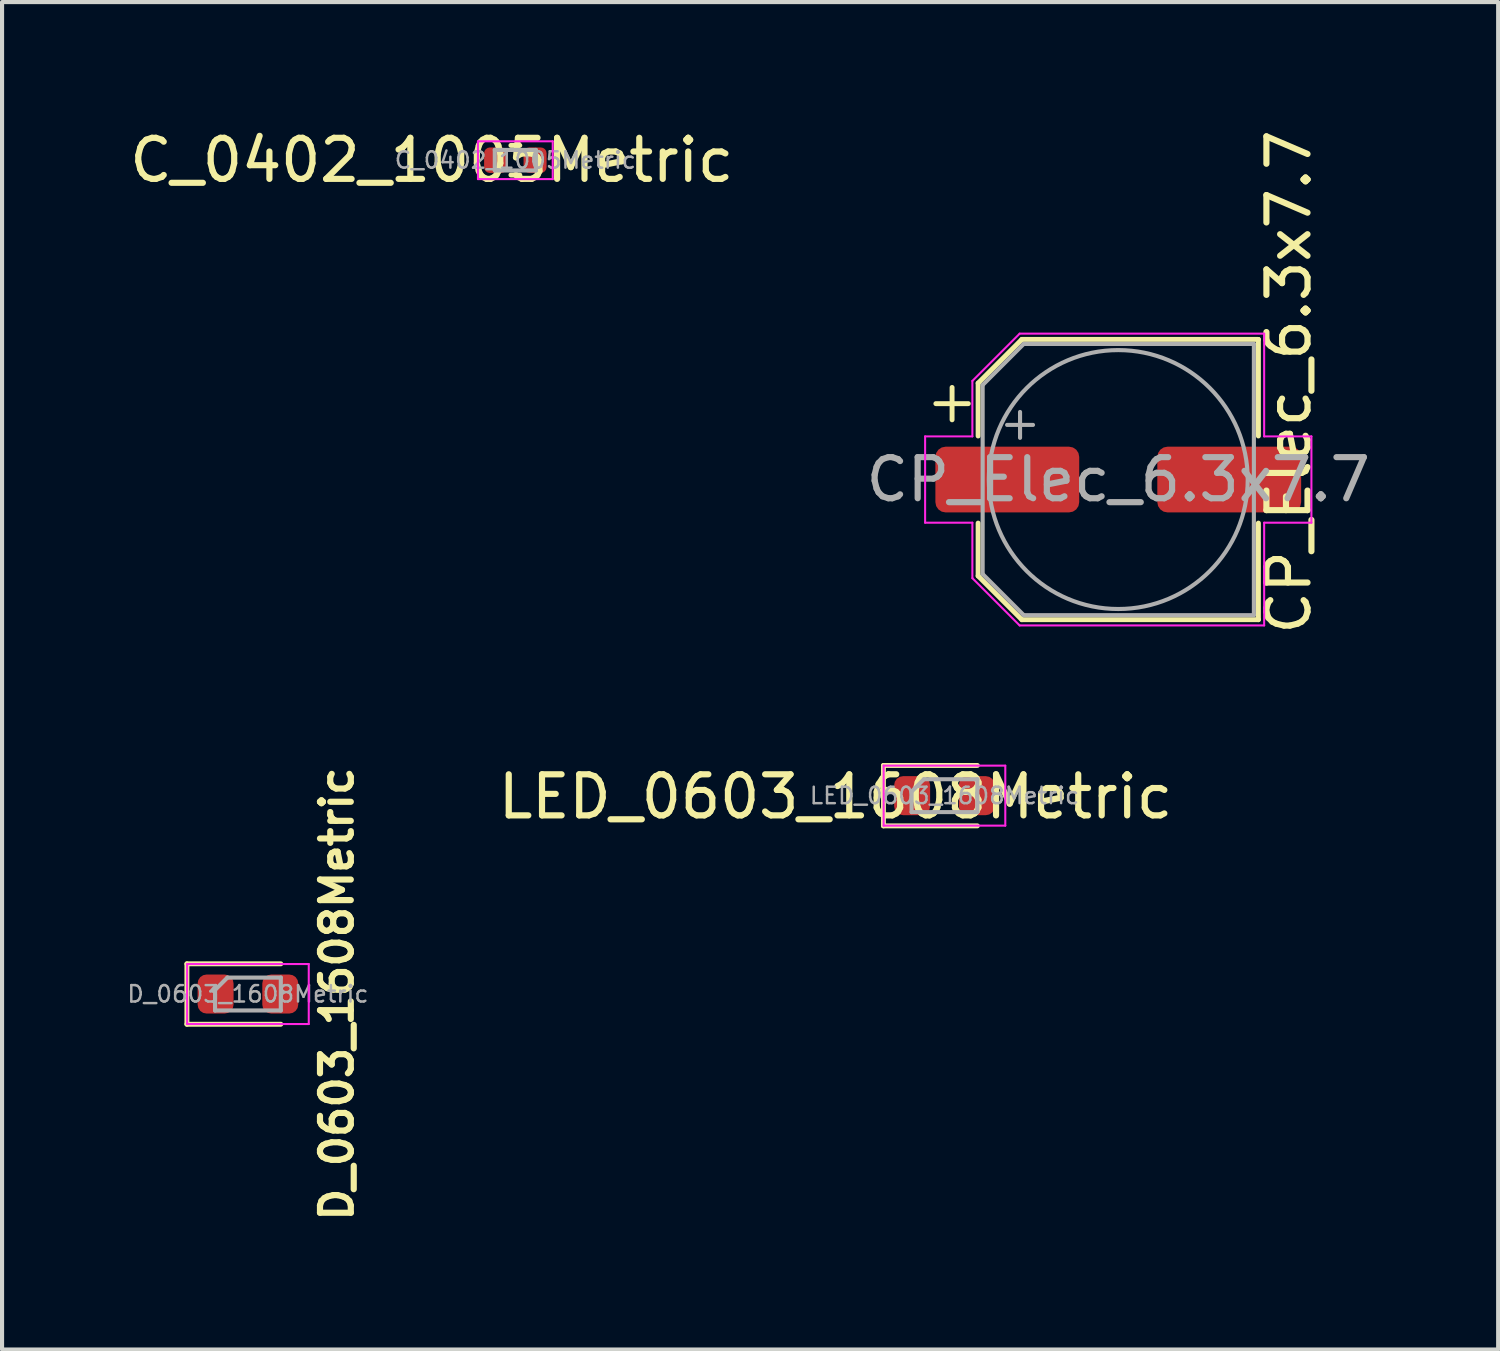
<source format=kicad_pcb>
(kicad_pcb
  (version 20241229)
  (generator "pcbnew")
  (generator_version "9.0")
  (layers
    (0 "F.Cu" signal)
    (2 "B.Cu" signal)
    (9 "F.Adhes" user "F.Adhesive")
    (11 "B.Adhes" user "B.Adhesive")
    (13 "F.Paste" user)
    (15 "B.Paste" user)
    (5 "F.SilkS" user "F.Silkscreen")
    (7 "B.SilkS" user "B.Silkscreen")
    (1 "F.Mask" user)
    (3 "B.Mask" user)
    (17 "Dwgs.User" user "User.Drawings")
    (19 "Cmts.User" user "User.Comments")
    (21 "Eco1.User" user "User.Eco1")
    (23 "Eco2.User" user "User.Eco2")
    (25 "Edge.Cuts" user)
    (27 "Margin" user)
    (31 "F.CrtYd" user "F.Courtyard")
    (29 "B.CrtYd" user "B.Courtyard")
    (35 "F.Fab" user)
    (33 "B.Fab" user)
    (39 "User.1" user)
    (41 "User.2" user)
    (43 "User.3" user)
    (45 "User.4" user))
  (footprint "LED_0603_1608Metric"
    (layer "F.Cu")
    (at 19.932 16.311)
    (property "Reference" "LED_0603_1608Metric" (at -2.65 0.025 0) (layer "F.SilkS") (effects (font (size 1 1) (thickness 0.15))))
    (attr smd)
    (fp_line (start -1.485 -0.735) (end -1.485 0.735) (stroke (width 0.12) (type solid)) (layer "F.SilkS"))
    (fp_line (start -1.485 0.735) (end 0.8 0.735) (stroke (width 0.12) (type solid)) (layer "F.SilkS"))
    (fp_line (start 0.8 -0.735) (end -1.485 -0.735) (stroke (width 0.12) (type solid)) (layer "F.SilkS"))
    (fp_line (start -1.48 -0.73) (end 1.48 -0.73) (stroke (width 0.05) (type solid)) (layer "F.CrtYd"))
    (fp_line (start -1.48 0.73) (end -1.48 -0.73) (stroke (width 0.05) (type solid)) (layer "F.CrtYd"))
    (fp_line (start 1.48 -0.73) (end 1.48 0.73) (stroke (width 0.05) (type solid)) (layer "F.CrtYd"))
    (fp_line (start 1.48 0.73) (end -1.48 0.73) (stroke (width 0.05) (type solid)) (layer "F.CrtYd"))
    (fp_line (start -0.8 -0.1) (end -0.8 0.4) (stroke (width 0.1) (type solid)) (layer "F.Fab"))
    (fp_line (start -0.8 0.4) (end 0.8 0.4) (stroke (width 0.1) (type solid)) (layer "F.Fab"))
    (fp_line (start -0.5 -0.4) (end -0.8 -0.1) (stroke (width 0.1) (type solid)) (layer "F.Fab"))
    (fp_line (start 0.8 -0.4) (end -0.5 -0.4) (stroke (width 0.1) (type solid)) (layer "F.Fab"))
    (fp_line (start 0.8 0.4) (end 0.8 -0.4) (stroke (width 0.1) (type solid)) (layer "F.Fab"))
    (fp_text user "${REFERENCE}" (at 0 0 0) (layer "F.Fab") (effects (font (size 0.4 0.4) (thickness 0.06))))
    (pad "1" smd roundrect (at -0.787 0) (size 0.875 0.95) (layers "F.Cu" "F.Mask" "F.Paste") (roundrect_rratio 0.25))
    (pad "2" smd roundrect (at 0.787 0) (size 0.875 0.95) (layers "F.Cu" "F.Mask" "F.Paste") (roundrect_rratio 0.25)))
  (footprint "D_0603_1608Metric"
    (layer "F.Cu")
    (at 2.983 21.138)
    (property "Reference" "D_0603_1608Metric" (at 2.164 0 90) (layer "F.SilkS") (effects (font (size 0.75 0.75) (thickness 0.15))))
    (attr smd)
    (fp_line (start -1.485 -0.735) (end -1.485 0.735) (stroke (width 0.12) (type solid)) (layer "F.SilkS"))
    (fp_line (start -1.485 0.735) (end 0.8 0.735) (stroke (width 0.12) (type solid)) (layer "F.SilkS"))
    (fp_line (start 0.8 -0.735) (end -1.485 -0.735) (stroke (width 0.12) (type solid)) (layer "F.SilkS"))
    (fp_line (start -1.48 -0.73) (end 1.48 -0.73) (stroke (width 0.05) (type solid)) (layer "F.CrtYd"))
    (fp_line (start -1.48 0.73) (end -1.48 -0.73) (stroke (width 0.05) (type solid)) (layer "F.CrtYd"))
    (fp_line (start 1.48 -0.73) (end 1.48 0.73) (stroke (width 0.05) (type solid)) (layer "F.CrtYd"))
    (fp_line (start 1.48 0.73) (end -1.48 0.73) (stroke (width 0.05) (type solid)) (layer "F.CrtYd"))
    (fp_line (start -0.8 -0.1) (end -0.8 0.4) (stroke (width 0.1) (type solid)) (layer "F.Fab"))
    (fp_line (start -0.8 0.4) (end 0.8 0.4) (stroke (width 0.1) (type solid)) (layer "F.Fab"))
    (fp_line (start -0.5 -0.4) (end -0.8 -0.1) (stroke (width 0.1) (type solid)) (layer "F.Fab"))
    (fp_line (start 0.8 -0.4) (end -0.5 -0.4) (stroke (width 0.1) (type solid)) (layer "F.Fab"))
    (fp_line (start 0.8 0.4) (end 0.8 -0.4) (stroke (width 0.1) (type solid)) (layer "F.Fab"))
    (fp_text user "${REFERENCE}" (at 0 0 0) (layer "F.Fab") (effects (font (size 0.4 0.4) (thickness 0.06))))
    (pad "1" smd roundrect (at -0.787 0) (size 0.875 0.95) (layers "F.Cu" "F.Mask" "F.Paste") (roundrect_rratio 0.25))
    (pad "2" smd roundrect (at 0.787 0) (size 0.875 0.95) (layers "F.Cu" "F.Mask" "F.Paste") (roundrect_rratio 0.25)))
  (footprint "CP_Elec_6.3x7.7"
    (layer "F.Cu")
    (at 24.161 8.619)
    (property "Reference" "CP_Elec_6.3x7.7" (at 4.15 -2.375 270) (layer "F.SilkS") (effects (font (size 1 1) (thickness 0.15))))
    (attr smd)
    (fp_line (start -4.438 -1.847) (end -3.65 -1.847) (stroke (width 0.12) (type solid)) (layer "F.SilkS"))
    (fp_line (start -4.044 -2.241) (end -4.044 -1.454) (stroke (width 0.12) (type solid)) (layer "F.SilkS"))
    (fp_line (start -3.41 -2.346) (end -3.41 -1.06) (stroke (width 0.12) (type solid)) (layer "F.SilkS"))
    (fp_line (start -3.41 -2.346) (end -2.346 -3.41) (stroke (width 0.12) (type solid)) (layer "F.SilkS"))
    (fp_line (start -3.41 2.346) (end -3.41 1.06) (stroke (width 0.12) (type solid)) (layer "F.SilkS"))
    (fp_line (start -3.41 2.346) (end -2.346 3.41) (stroke (width 0.12) (type solid)) (layer "F.SilkS"))
    (fp_line (start -2.346 -3.41) (end 3.41 -3.41) (stroke (width 0.12) (type solid)) (layer "F.SilkS"))
    (fp_line (start -2.346 3.41) (end 3.41 3.41) (stroke (width 0.12) (type solid)) (layer "F.SilkS"))
    (fp_line (start 3.41 -3.41) (end 3.41 -1.06) (stroke (width 0.12) (type solid)) (layer "F.SilkS"))
    (fp_line (start 3.41 3.41) (end 3.41 1.06) (stroke (width 0.12) (type solid)) (layer "F.SilkS"))
    (fp_line (start -4.7 -1.05) (end -4.7 1.05) (stroke (width 0.05) (type solid)) (layer "F.CrtYd"))
    (fp_line (start -4.7 1.05) (end -3.55 1.05) (stroke (width 0.05) (type solid)) (layer "F.CrtYd"))
    (fp_line (start -3.55 -2.4) (end -3.55 -1.05) (stroke (width 0.05) (type solid)) (layer "F.CrtYd"))
    (fp_line (start -3.55 -2.4) (end -2.4 -3.55) (stroke (width 0.05) (type solid)) (layer "F.CrtYd"))
    (fp_line (start -3.55 -1.05) (end -4.7 -1.05) (stroke (width 0.05) (type solid)) (layer "F.CrtYd"))
    (fp_line (start -3.55 1.05) (end -3.55 2.4) (stroke (width 0.05) (type solid)) (layer "F.CrtYd"))
    (fp_line (start -3.55 2.4) (end -2.4 3.55) (stroke (width 0.05) (type solid)) (layer "F.CrtYd"))
    (fp_line (start -2.4 -3.55) (end 3.55 -3.55) (stroke (width 0.05) (type solid)) (layer "F.CrtYd"))
    (fp_line (start -2.4 3.55) (end 3.55 3.55) (stroke (width 0.05) (type solid)) (layer "F.CrtYd"))
    (fp_line (start 3.55 -3.55) (end 3.55 -1.05) (stroke (width 0.05) (type solid)) (layer "F.CrtYd"))
    (fp_line (start 3.55 -1.05) (end 4.7 -1.05) (stroke (width 0.05) (type solid)) (layer "F.CrtYd"))
    (fp_line (start 3.55 1.05) (end 3.55 3.55) (stroke (width 0.05) (type solid)) (layer "F.CrtYd"))
    (fp_line (start 4.7 -1.05) (end 4.7 1.05) (stroke (width 0.05) (type solid)) (layer "F.CrtYd"))
    (fp_line (start 4.7 1.05) (end 3.55 1.05) (stroke (width 0.05) (type solid)) (layer "F.CrtYd"))
    (fp_line (start -3.3 -2.3) (end -3.3 2.3) (stroke (width 0.1) (type solid)) (layer "F.Fab"))
    (fp_line (start -3.3 -2.3) (end -2.3 -3.3) (stroke (width 0.1) (type solid)) (layer "F.Fab"))
    (fp_line (start -3.3 2.3) (end -2.3 3.3) (stroke (width 0.1) (type solid)) (layer "F.Fab"))
    (fp_line (start -2.705 -1.33) (end -2.075 -1.33) (stroke (width 0.1) (type solid)) (layer "F.Fab"))
    (fp_line (start -2.39 -1.645) (end -2.39 -1.015) (stroke (width 0.1) (type solid)) (layer "F.Fab"))
    (fp_line (start -2.3 -3.3) (end 3.3 -3.3) (stroke (width 0.1) (type solid)) (layer "F.Fab"))
    (fp_line (start -2.3 3.3) (end 3.3 3.3) (stroke (width 0.1) (type solid)) (layer "F.Fab"))
    (fp_line (start 3.3 -3.3) (end 3.3 3.3) (stroke (width 0.1) (type solid)) (layer "F.Fab"))
    (fp_circle (center 0 0) (end 3.15 0) (stroke (width 0.1) (type solid)) (fill no) (layer "F.Fab"))
    (fp_text user "${REFERENCE}" (at 0 0 0) (layer "F.Fab") (effects (font (size 1 1) (thickness 0.15))))
    (pad "1" smd roundrect (at -2.7 0) (size 3.5 1.6) (layers "F.Cu" "F.Mask" "F.Paste") (roundrect_rratio 0.156))
    (pad "2" smd roundrect (at 2.7 0) (size 3.5 1.6) (layers "F.Cu" "F.Mask" "F.Paste") (roundrect_rratio 0.156)))
  (footprint "C_0402_1005Metric"
    (layer "F.Cu")
    (at 9.49 0.848)
    (property "Reference" "C_0402_1005Metric" (at -2.032 0 0) (layer "F.SilkS") (effects (font (size 1 1) (thickness 0.15))))
    (attr smd)
    (fp_line (start -0.108 -0.36) (end 0.108 -0.36) (stroke (width 0.12) (type solid)) (layer "F.SilkS"))
    (fp_line (start -0.108 0.36) (end 0.108 0.36) (stroke (width 0.12) (type solid)) (layer "F.SilkS"))
    (fp_line (start -0.91 -0.46) (end 0.91 -0.46) (stroke (width 0.05) (type solid)) (layer "F.CrtYd"))
    (fp_line (start -0.91 0.46) (end -0.91 -0.46) (stroke (width 0.05) (type solid)) (layer "F.CrtYd"))
    (fp_line (start 0.91 -0.46) (end 0.91 0.46) (stroke (width 0.05) (type solid)) (layer "F.CrtYd"))
    (fp_line (start 0.91 0.46) (end -0.91 0.46) (stroke (width 0.05) (type solid)) (layer "F.CrtYd"))
    (fp_line (start -0.5 -0.25) (end 0.5 -0.25) (stroke (width 0.1) (type solid)) (layer "F.Fab"))
    (fp_line (start -0.5 0.25) (end -0.5 -0.25) (stroke (width 0.1) (type solid)) (layer "F.Fab"))
    (fp_line (start 0.5 -0.25) (end 0.5 0.25) (stroke (width 0.1) (type solid)) (layer "F.Fab"))
    (fp_line (start 0.5 0.25) (end -0.5 0.25) (stroke (width 0.1) (type solid)) (layer "F.Fab"))
    (fp_text user "${REFERENCE}" (at 0 0 0) (layer "F.Fab") (effects (font (size 0.4 0.4) (thickness 0.06))))
    (pad "1" smd roundrect (at -0.48 0) (size 0.56 0.62) (layers "F.Cu" "F.Mask" "F.Paste") (roundrect_rratio 0.25))
    (pad "2" smd roundrect (at 0.48 0) (size 0.56 0.62) (layers "F.Cu" "F.Mask" "F.Paste") (roundrect_rratio 0.25)))
  (gr_rect
    (start -3 -3)
    (end 33.405 29.788)
    (stroke (width 0.1) (type default))
    (fill no)
    (layer "Edge.Cuts")))
</source>
